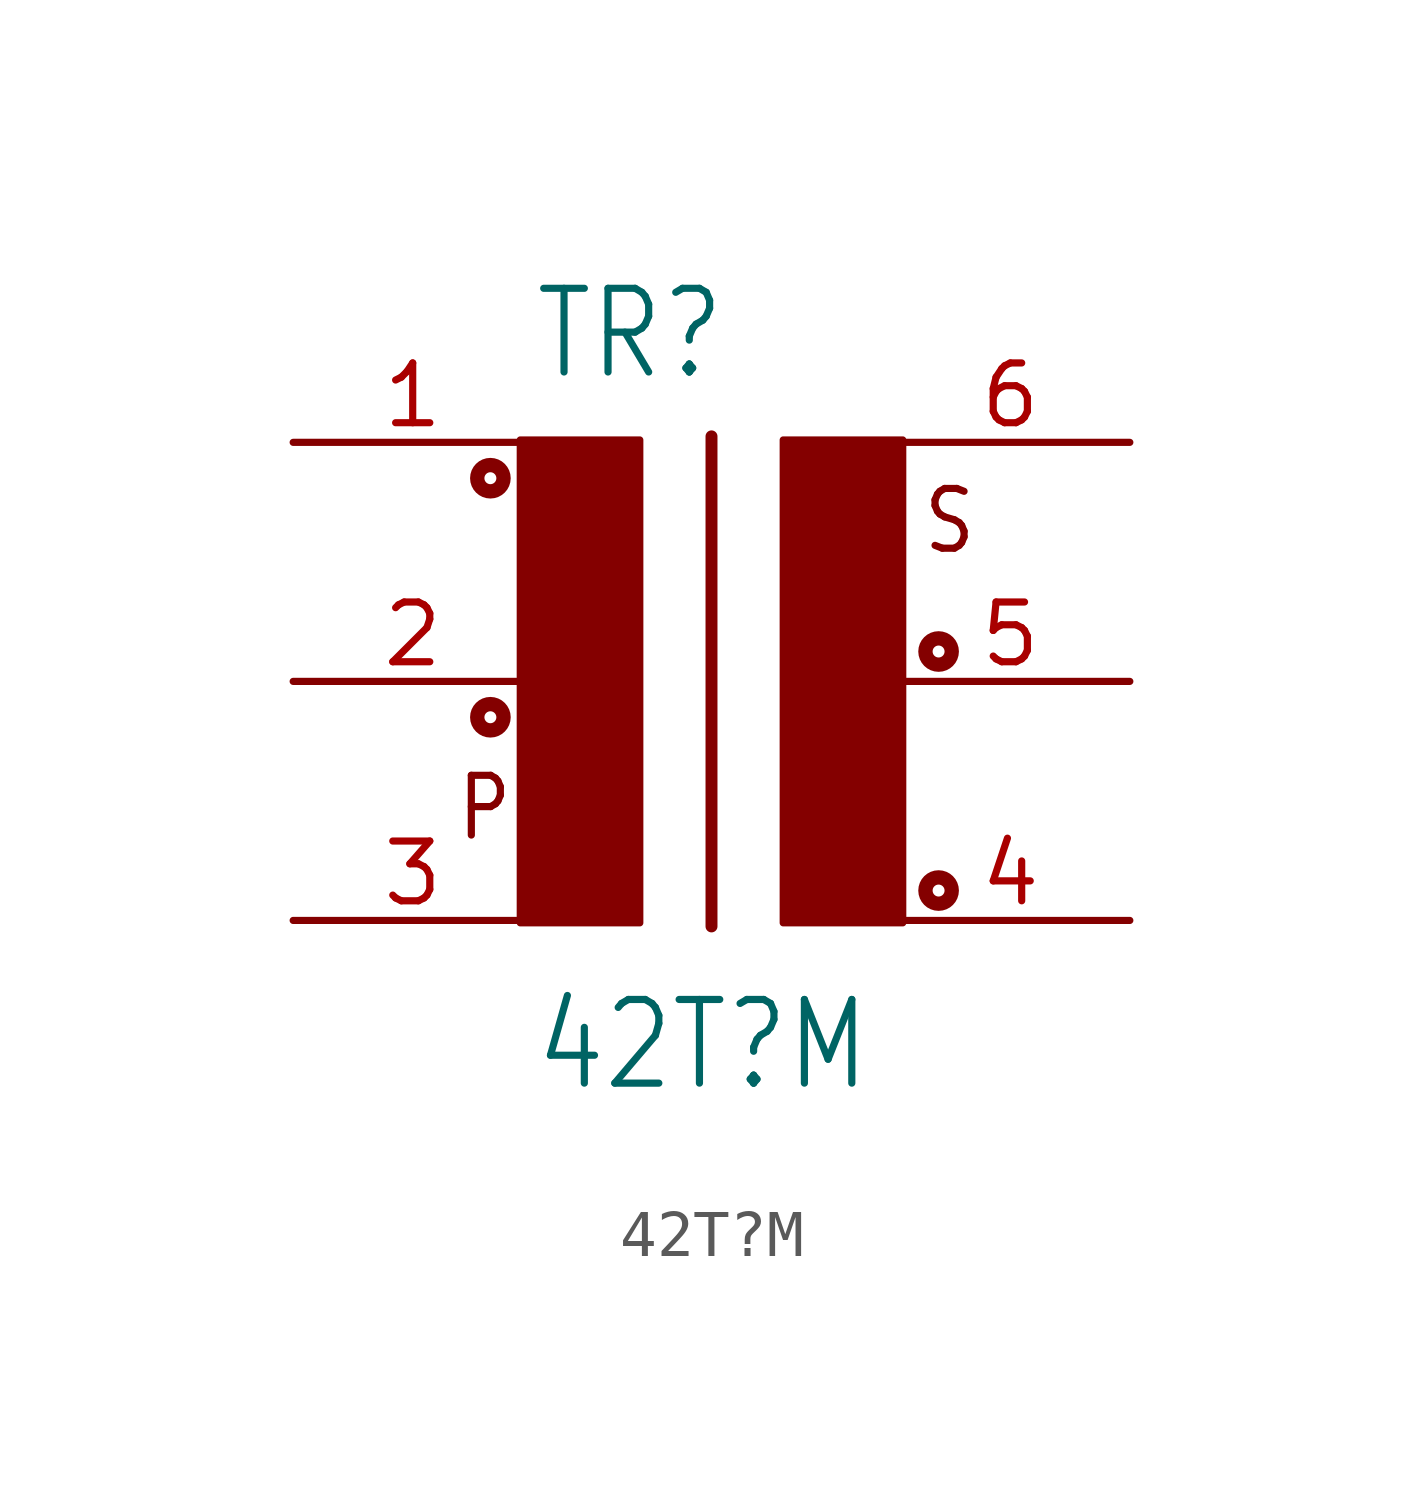
<source format=kicad_sym>
(kicad_symbol_lib
  (version 20211014)
  (generator kicad_symbol_editor)
  (symbol "42T?M"
    (property "Reference" "TR"
      (at -2.54 6.35 0)
      (effects (font (size 1.778 1.511)) (justify left bottom)))
    (property "Value" "42T?M"
      (at -2.54 -8.763 0)
      (effects (font (size 1.778 1.511)) (justify left bottom)))
    (property "ki_locked" ""
      (at 0 0 0)
      (effects (font (size 1.27 1.27))))
    (symbol "42T?M_1_0"
      (circle (center -3.429 -0.762) (radius 0.127) (stroke (width 0.305) (type default) (color 0 0 0 0)) (fill (type none)))
      (circle (center -3.429 4.318) (radius 0.127) (stroke (width 0.305) (type default) (color 0 0 0 0)) (fill (type none)))
      (rectangle (start -2.794 -5.131) (end -0.254 5.131) (stroke (width 0) (type default) (color 0 0 0 0)) (fill (type outline)))
      (polyline (pts (xy 1.27 5.207) (xy 1.27 -5.207)) (stroke (width 0.254) (type default) (color 0 0 0 0)) (fill (type none)))
      (rectangle (start 2.794 -5.131) (end 5.334 5.131) (stroke (width 0) (type default) (color 0 0 0 0)) (fill (type outline)))
      (circle (center 6.096 -4.445) (radius 0.127) (stroke (width 0.305) (type default) (color 0 0 0 0)) (fill (type none)))
      (circle (center 6.096 0.635) (radius 0.127) (stroke (width 0.305) (type default) (color 0 0 0 0)) (fill (type none)))
      (text "P" (at -4.191 -3.429 0) (effects (font (size 1.27 1.079)) (justify left bottom)))
      (text "S" (at 5.715 2.667 0) (effects (font (size 1.27 1.079)) (justify left bottom)))
      (pin passive line (at -7.62 5.08 0) (length 5.08) (name "1" (effects (font (size 0 0)))) (number "1" (effects (font (size 1.27 1.27)))))
      (pin passive line (at -7.62 0 0) (length 5.08) (name "2" (effects (font (size 0 0)))) (number "2" (effects (font (size 1.27 1.27)))))
      (pin passive line (at -7.62 -5.08 0) (length 5.08) (name "3" (effects (font (size 0 0)))) (number "3" (effects (font (size 1.27 1.27)))))
      (pin passive line (at 10.16 -5.08 180) (length 5.08) (name "4" (effects (font (size 0 0)))) (number "4" (effects (font (size 1.27 1.27)))))
      (pin passive line (at 10.16 0 180) (length 5.08) (name "5" (effects (font (size 0 0)))) (number "5" (effects (font (size 1.27 1.27)))))
      (pin passive line (at 10.16 5.08 180) (length 5.08) (name "6" (effects (font (size 0 0)))) (number "6" (effects (font (size 1.27 1.27))))))))
</source>
